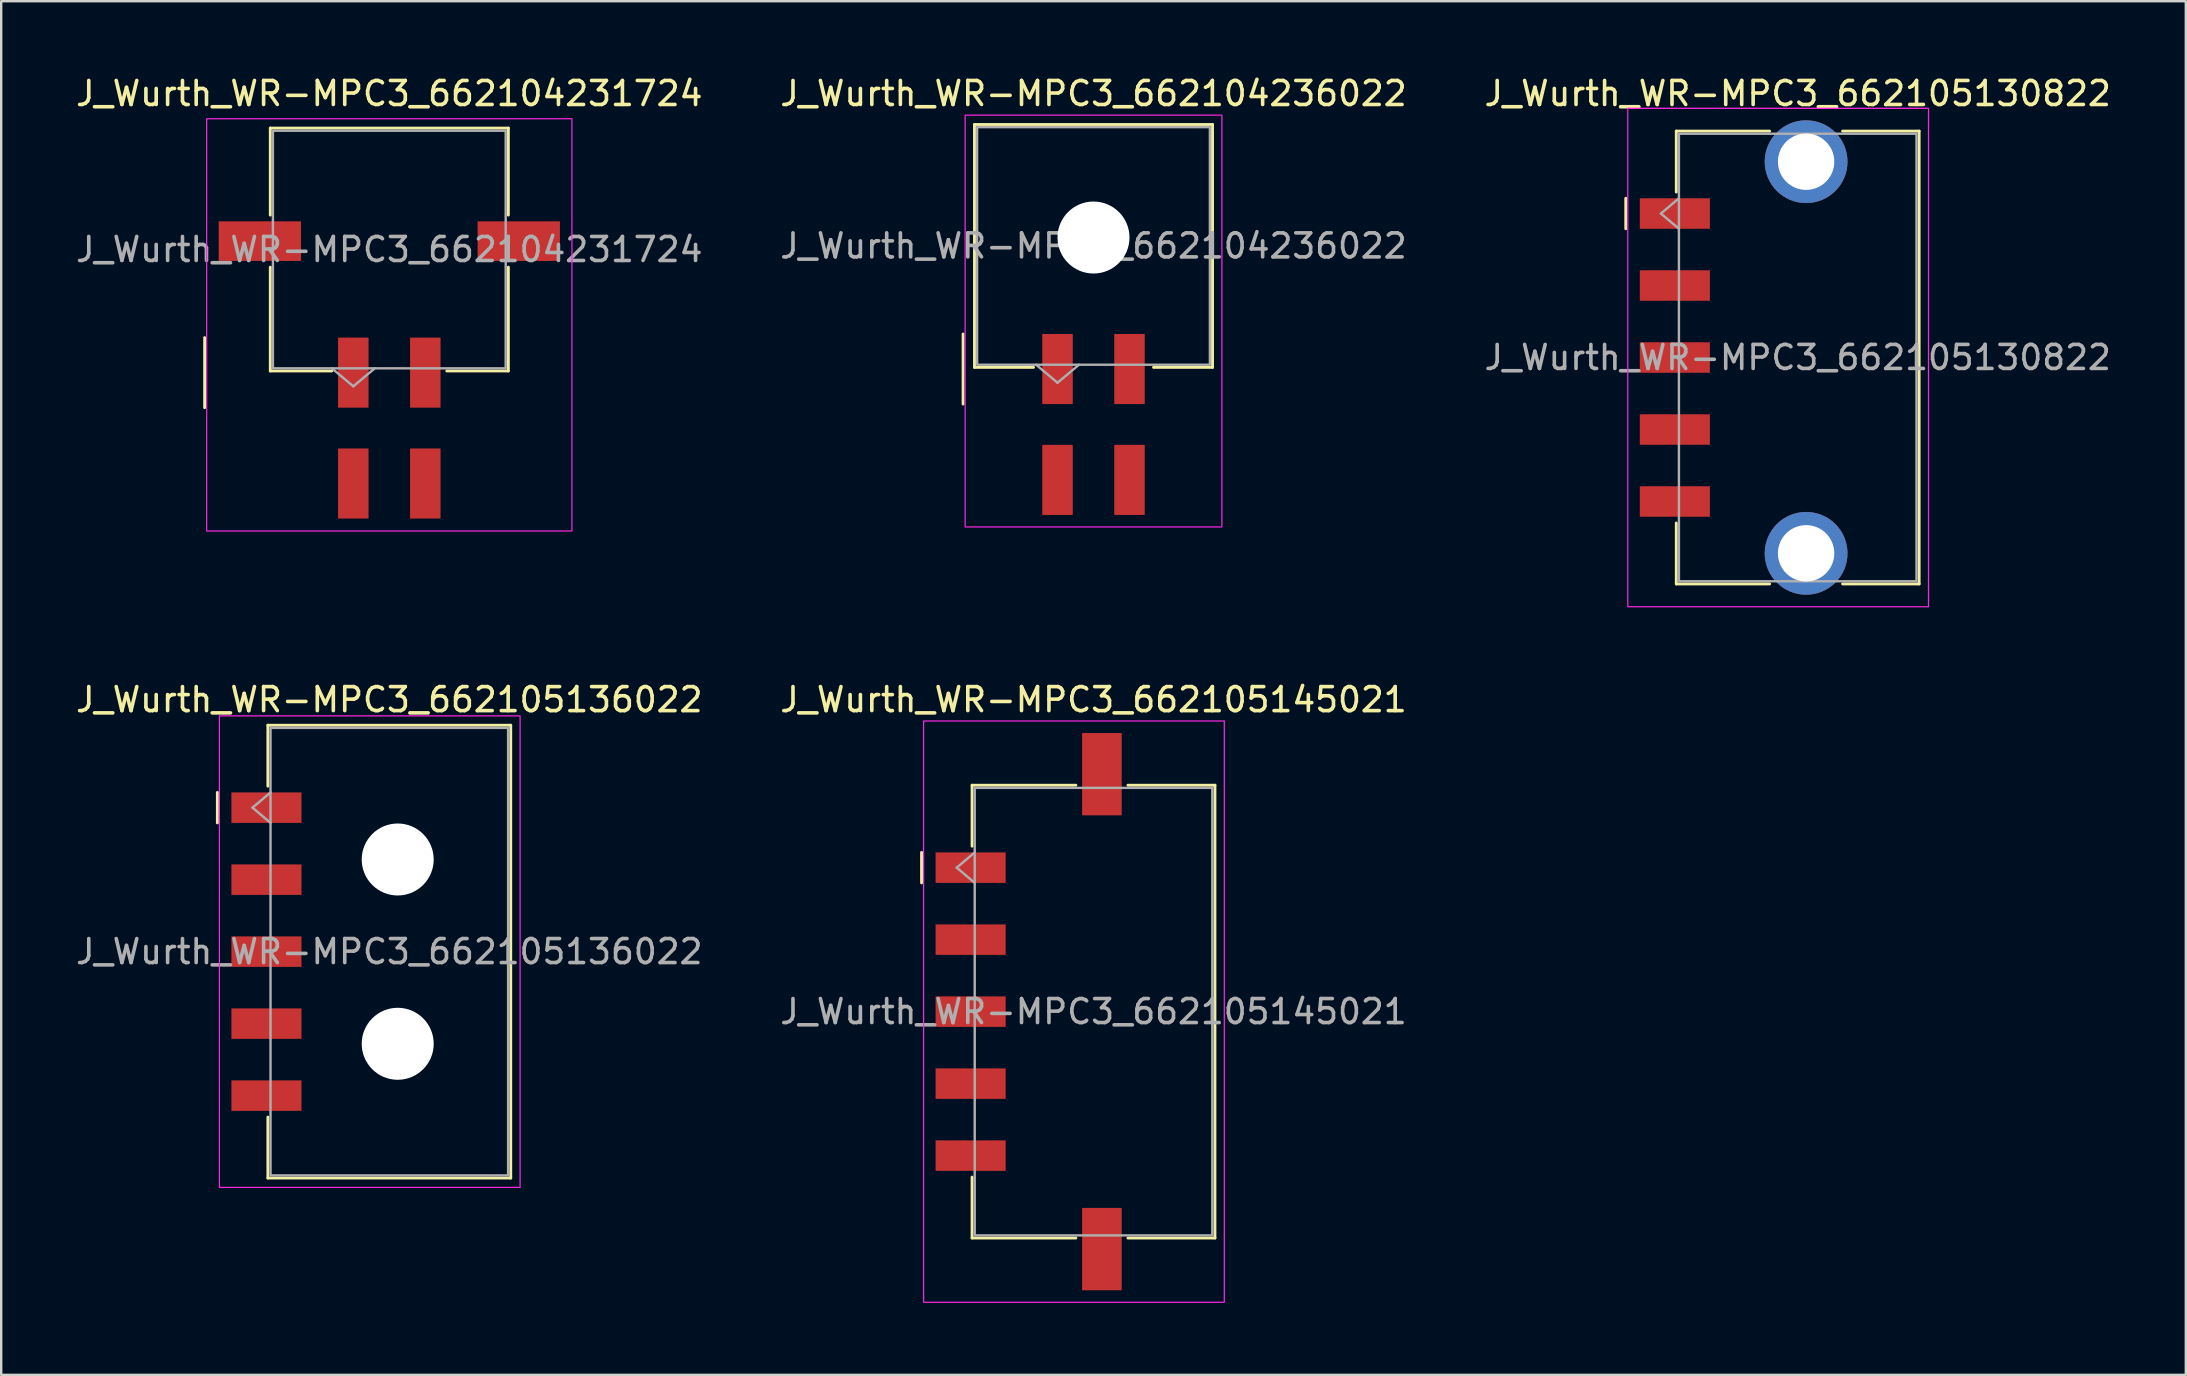
<source format=kicad_pcb>
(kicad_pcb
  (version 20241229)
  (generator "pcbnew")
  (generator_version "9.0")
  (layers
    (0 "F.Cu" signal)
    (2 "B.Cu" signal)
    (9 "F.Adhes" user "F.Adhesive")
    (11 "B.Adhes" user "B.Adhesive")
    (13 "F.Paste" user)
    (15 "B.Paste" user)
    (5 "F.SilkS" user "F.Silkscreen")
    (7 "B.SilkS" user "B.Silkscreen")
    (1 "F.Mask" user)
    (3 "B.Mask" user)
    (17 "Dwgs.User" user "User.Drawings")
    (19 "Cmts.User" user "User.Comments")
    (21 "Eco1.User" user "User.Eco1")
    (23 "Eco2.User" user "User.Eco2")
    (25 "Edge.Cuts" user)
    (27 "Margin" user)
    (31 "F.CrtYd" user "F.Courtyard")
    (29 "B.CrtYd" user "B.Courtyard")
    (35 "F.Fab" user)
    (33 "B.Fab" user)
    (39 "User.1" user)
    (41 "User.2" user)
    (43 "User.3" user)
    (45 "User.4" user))
  (footprint "J_Wurth_WR-MPC3_662105145021"
    (layer "F.Cu")
    (at 42.518 39.106)
    (property "Reference" "J_Wurth_WR-MPC3_662105145021" (at 0 -13 0) (unlocked yes) (layer "F.SilkS") (effects (font (size 1 1) (thickness 0.15))))
    (attr smd)
    (fp_line (start -7.165 -6.635) (end -7.165 -5.365) (stroke (width 0.12) (type solid)) (layer "F.SilkS"))
    (fp_line (start -5.06 -6.895) (end -5.06 -9.435) (stroke (width 0.12) (type default)) (layer "F.SilkS"))
    (fp_line (start -5.06 9.435) (end -5.06 6.895) (stroke (width 0.12) (type default)) (layer "F.SilkS"))
    (fp_line (start -0.735 -9.435) (end -5.06 -9.435) (stroke (width 0.12) (type default)) (layer "F.SilkS"))
    (fp_line (start -0.735 9.435) (end -5.06 9.435) (stroke (width 0.12) (type default)) (layer "F.SilkS"))
    (fp_line (start 5.06 -9.435) (end 1.435 -9.435) (stroke (width 0.12) (type solid)) (layer "F.SilkS"))
    (fp_line (start 5.06 -9.435) (end 5.06 9.435) (stroke (width 0.12) (type default)) (layer "F.SilkS"))
    (fp_line (start 5.06 9.435) (end 1.435 9.435) (stroke (width 0.12) (type solid)) (layer "F.SilkS"))
    (fp_rect (start -7.08 -12.11) (end 5.45 12.11) (stroke (width 0.05) (type solid)) (fill no) (layer "F.CrtYd"))
    (fp_line (start -5.7 -6) (end -4.95 -6.635) (stroke (width 0.1) (type solid)) (layer "F.Fab"))
    (fp_line (start -5.7 -6) (end -4.95 -5.365) (stroke (width 0.1) (type solid)) (layer "F.Fab"))
    (fp_rect (start -4.95 -9.325) (end 4.95 9.325) (stroke (width 0.1) (type solid)) (fill no) (layer "F.Fab"))
    (fp_text user "${REFERENCE}" (at 0 0 0) (unlocked yes) (layer "F.Fab") (effects (font (size 1 1) (thickness 0.15))))
    (pad "1" smd rect (at -5.12 -6 90) (size 1.27 2.92) (layers "F.Cu" "F.Mask" "F.Paste"))
    (pad "2" smd rect (at -5.12 -3 90) (size 1.27 2.92) (layers "F.Cu" "F.Mask" "F.Paste"))
    (pad "3" smd rect (at -5.12 0 90) (size 1.27 2.92) (layers "F.Cu" "F.Mask" "F.Paste"))
    (pad "4" smd rect (at -5.12 3 90) (size 1.27 2.92) (layers "F.Cu" "F.Mask" "F.Paste"))
    (pad "5" smd rect (at -5.12 6 90) (size 1.27 2.92) (layers "F.Cu" "F.Mask" "F.Paste"))
    (pad "MP1" smd rect (at 0.35 9.895 90) (size 3.43 1.65) (layers "F.Cu" "F.Mask" "F.Paste"))
    (pad "MP2" smd rect (at 0.35 -9.895 90) (size 3.43 1.65) (layers "F.Cu" "F.Mask" "F.Paste")))
  (footprint "J_Wurth_WR-MPC3_662104236022"
    (layer "F.Cu")
    (at 42.518 7.198)
    (property "Reference" "J_Wurth_WR-MPC3_662104236022" (at 0 -6.35 0) (unlocked yes) (layer "F.SilkS") (effects (font (size 1 1) (thickness 0.15))))
    (attr smd)
    (fp_line (start -5.435 6.59) (end -5.435 3.67) (stroke (width 0.12) (type solid)) (layer "F.SilkS"))
    (fp_line (start -4.96 -5.06) (end -4.96 5.06) (stroke (width 0.12) (type solid)) (layer "F.SilkS"))
    (fp_line (start -4.96 -5.06) (end 4.96 -5.06) (stroke (width 0.12) (type solid)) (layer "F.SilkS"))
    (fp_line (start -2.5 5.06) (end -4.96 5.06) (stroke (width 0.12) (type solid)) (layer "F.SilkS"))
    (fp_line (start 2.5 5.06) (end 4.96 5.06) (stroke (width 0.12) (type solid)) (layer "F.SilkS"))
    (fp_line (start 4.96 -5.06) (end 4.96 5.06) (stroke (width 0.12) (type solid)) (layer "F.SilkS"))
    (fp_rect (start -5.35 -5.45) (end 5.35 11.71) (stroke (width 0.05) (type solid)) (fill no) (layer "F.CrtYd"))
    (fp_line (start -1.5 5.7) (end -2.395 4.95) (stroke (width 0.1) (type solid)) (layer "F.Fab"))
    (fp_line (start -1.5 5.7) (end -0.605 4.95) (stroke (width 0.1) (type solid)) (layer "F.Fab"))
    (fp_rect (start -4.85 -4.95) (end 4.85 4.95) (stroke (width 0.1) (type solid)) (fill no) (layer "F.Fab"))
    (fp_text user "${REFERENCE}" (at 0 0 0) (unlocked yes) (layer "F.Fab") (effects (font (size 1 1) (thickness 0.15))))
    (pad "" np_thru_hole circle (at 0 -0.35 180) (size 3 3) (drill 3) (layers "*.Cu" "*.Mask"))
    (pad "1" smd rect (at -1.5 5.13 180) (size 1.27 2.92) (layers "F.Cu" "F.Mask" "F.Paste"))
    (pad "2" smd rect (at 1.5 5.13 180) (size 1.27 2.92) (layers "F.Cu" "F.Mask" "F.Paste"))
    (pad "3" smd rect (at -1.5 9.75 180) (size 1.27 2.92) (layers "F.Cu" "F.Mask" "F.Paste"))
    (pad "4" smd rect (at 1.5 9.75 180) (size 1.27 2.92) (layers "F.Cu" "F.Mask" "F.Paste")))
  (footprint "J_Wurth_WR-MPC3_662105130822"
    (layer "F.Cu")
    (at 71.863 11.848)
    (property "Reference" "J_Wurth_WR-MPC3_662105130822" (at 0 -11 0) (unlocked yes) (layer "F.SilkS") (effects (font (size 1 1) (thickness 0.15))))
    (attr smd)
    (fp_line (start -7.165 -6.635) (end -7.165 -5.365) (stroke (width 0.12) (type solid)) (layer "F.SilkS"))
    (fp_line (start -5.06 -6.895) (end -5.06 -9.435) (stroke (width 0.12) (type default)) (layer "F.SilkS"))
    (fp_line (start -5.06 9.435) (end -5.06 6.895) (stroke (width 0.12) (type default)) (layer "F.SilkS"))
    (fp_line (start -1.171 -9.435) (end -5.06 -9.435) (stroke (width 0.12) (type default)) (layer "F.SilkS"))
    (fp_line (start -1.171 9.435) (end -5.06 9.435) (stroke (width 0.12) (type default)) (layer "F.SilkS"))
    (fp_line (start 5.06 -9.435) (end 1.871 -9.435) (stroke (width 0.12) (type solid)) (layer "F.SilkS"))
    (fp_line (start 5.06 -9.435) (end 5.06 9.435) (stroke (width 0.12) (type default)) (layer "F.SilkS"))
    (fp_line (start 5.06 9.435) (end 1.871 9.435) (stroke (width 0.12) (type solid)) (layer "F.SilkS"))
    (fp_rect (start -7.08 -10.385) (end 5.45 10.385) (stroke (width 0.05) (type solid)) (fill no) (layer "F.CrtYd"))
    (fp_line (start -5.7 -6) (end -4.95 -6.635) (stroke (width 0.1) (type solid)) (layer "F.Fab"))
    (fp_line (start -5.7 -6) (end -4.95 -5.365) (stroke (width 0.1) (type solid)) (layer "F.Fab"))
    (fp_rect (start -4.95 -9.325) (end 4.95 9.325) (stroke (width 0.1) (type solid)) (fill no) (layer "F.Fab"))
    (fp_text user "${REFERENCE}" (at 0 0 0) (unlocked yes) (layer "F.Fab") (effects (font (size 1 1) (thickness 0.15))))
    (pad "1" smd rect (at -5.12 -6 90) (size 1.27 2.92) (layers "F.Cu" "F.Mask" "F.Paste"))
    (pad "2" smd rect (at -5.12 -3 90) (size 1.27 2.92) (layers "F.Cu" "F.Mask" "F.Paste"))
    (pad "3" smd rect (at -5.12 0 90) (size 1.27 2.92) (layers "F.Cu" "F.Mask" "F.Paste"))
    (pad "4" smd rect (at -5.12 3 90) (size 1.27 2.92) (layers "F.Cu" "F.Mask" "F.Paste"))
    (pad "5" smd rect (at -5.12 6 90) (size 1.27 2.92) (layers "F.Cu" "F.Mask" "F.Paste"))
    (pad "MP1" thru_hole circle (at 0.35 8.16 90) (size 3.45 3.45) (drill 2.35) (layers "*.Cu" "*.Mask"))
    (pad "MP2" thru_hole circle (at 0.35 -8.16 90) (size 3.45 3.45) (drill 2.35) (layers "*.Cu" "*.Mask")))
  (footprint "J_Wurth_WR-MPC3_662105136022"
    (layer "F.Cu")
    (at 13.173 36.606)
    (property "Reference" "J_Wurth_WR-MPC3_662105136022" (at 0 -10.5 0) (unlocked yes) (layer "F.SilkS") (effects (font (size 1 1) (thickness 0.15))))
    (attr smd)
    (fp_line (start -7.165 -6.635) (end -7.165 -5.365) (stroke (width 0.12) (type solid)) (layer "F.SilkS"))
    (fp_line (start -5.06 -9.435) (end 5.06 -9.435) (stroke (width 0.12) (type default)) (layer "F.SilkS"))
    (fp_line (start -5.06 -6.895) (end -5.06 -9.435) (stroke (width 0.12) (type default)) (layer "F.SilkS"))
    (fp_line (start -5.06 9.435) (end -5.06 6.895) (stroke (width 0.12) (type default)) (layer "F.SilkS"))
    (fp_line (start 5.06 -9.435) (end 5.06 9.435) (stroke (width 0.12) (type default)) (layer "F.SilkS"))
    (fp_line (start 5.06 9.435) (end -5.06 9.435) (stroke (width 0.12) (type default)) (layer "F.SilkS"))
    (fp_rect (start -7.08 -9.825) (end 5.45 9.825) (stroke (width 0.05) (type solid)) (fill no) (layer "F.CrtYd"))
    (fp_line (start -5.7 -6) (end -4.95 -6.635) (stroke (width 0.1) (type solid)) (layer "F.Fab"))
    (fp_line (start -5.7 -6) (end -4.95 -5.365) (stroke (width 0.1) (type solid)) (layer "F.Fab"))
    (fp_rect (start -4.95 -9.325) (end 4.95 9.325) (stroke (width 0.1) (type solid)) (fill no) (layer "F.Fab"))
    (fp_text user "${REFERENCE}" (at 0 0 0) (unlocked yes) (layer "F.Fab") (effects (font (size 1 1) (thickness 0.15))))
    (pad "" np_thru_hole circle (at 0.35 -3.84 90) (size 3 3) (drill 3) (layers "*.Cu" "*.Mask"))
    (pad "" np_thru_hole circle (at 0.35 3.84 90) (size 3 3) (drill 3) (layers "*.Cu" "*.Mask"))
    (pad "1" smd rect (at -5.12 -6 90) (size 1.27 2.92) (layers "F.Cu" "F.Mask" "F.Paste"))
    (pad "2" smd rect (at -5.12 -3 90) (size 1.27 2.92) (layers "F.Cu" "F.Mask" "F.Paste"))
    (pad "3" smd rect (at -5.12 0 90) (size 1.27 2.92) (layers "F.Cu" "F.Mask" "F.Paste"))
    (pad "4" smd rect (at -5.12 3 90) (size 1.27 2.92) (layers "F.Cu" "F.Mask" "F.Paste"))
    (pad "5" smd rect (at -5.12 6 90) (size 1.27 2.92) (layers "F.Cu" "F.Mask" "F.Paste")))
  (footprint "J_Wurth_WR-MPC3_662104231724"
    (layer "F.Cu")
    (at 13.173 7.348)
    (property "Reference" "J_Wurth_WR-MPC3_662104231724" (at 0 -6.5 0) (unlocked yes) (layer "F.SilkS") (effects (font (size 1 1) (thickness 0.15))))
    (attr smd)
    (fp_line (start -7.695 6.59) (end -7.695 3.67) (stroke (width 0.12) (type solid)) (layer "F.SilkS"))
    (fp_line (start -4.96 -5.06) (end -4.96 -1.435) (stroke (width 0.12) (type solid)) (layer "F.SilkS"))
    (fp_line (start -4.96 -5.06) (end 4.96 -5.06) (stroke (width 0.12) (type default)) (layer "F.SilkS"))
    (fp_line (start -4.96 0.735) (end -4.96 5.06) (stroke (width 0.12) (type solid)) (layer "F.SilkS"))
    (fp_line (start -2.395 5.06) (end -4.96 5.06) (stroke (width 0.12) (type solid)) (layer "F.SilkS"))
    (fp_line (start 4.96 -5.06) (end 4.96 -1.435) (stroke (width 0.12) (type solid)) (layer "F.SilkS"))
    (fp_line (start 4.96 0.735) (end 4.96 5.06) (stroke (width 0.12) (type solid)) (layer "F.SilkS"))
    (fp_line (start 4.96 5.06) (end 2.395 5.06) (stroke (width 0.12) (type solid)) (layer "F.SilkS"))
    (fp_rect (start -7.61 -5.45) (end 7.61 11.73) (stroke (width 0.05) (type solid)) (fill no) (layer "F.CrtYd"))
    (fp_line (start -1.5 5.7) (end -2.395 4.95) (stroke (width 0.1) (type solid)) (layer "F.Fab"))
    (fp_line (start -1.5 5.7) (end -0.605 4.95) (stroke (width 0.1) (type solid)) (layer "F.Fab"))
    (fp_rect (start -4.85 -4.95) (end 4.85 4.95) (stroke (width 0.1) (type solid)) (fill no) (layer "F.Fab"))
    (fp_text user "${REFERENCE}" (at 0 0 0) (unlocked yes) (layer "F.Fab") (effects (font (size 1 1) (thickness 0.15))))
    (pad "1" smd rect (at -1.5 5.13 180) (size 1.27 2.92) (layers "F.Cu" "F.Mask" "F.Paste"))
    (pad "2" smd rect (at 1.5 5.13 180) (size 1.27 2.92) (layers "F.Cu" "F.Mask" "F.Paste"))
    (pad "3" smd rect (at -1.5 9.75 180) (size 1.27 2.92) (layers "F.Cu" "F.Mask" "F.Paste"))
    (pad "4" smd rect (at 1.5 9.75 180) (size 1.27 2.92) (layers "F.Cu" "F.Mask" "F.Paste"))
    (pad "MP1" smd rect (at 5.395 -0.35 180) (size 3.43 1.65) (layers "F.Cu" "F.Mask" "F.Paste"))
    (pad "MP2" smd rect (at -5.395 -0.35 180) (size 3.43 1.65) (layers "F.Cu" "F.Mask" "F.Paste")))
  (gr_rect
    (start -3 -3)
    (end 88.036 54.242)
    (stroke (width 0.1) (type default))
    (fill no)
    (layer "Edge.Cuts")))
</source>
